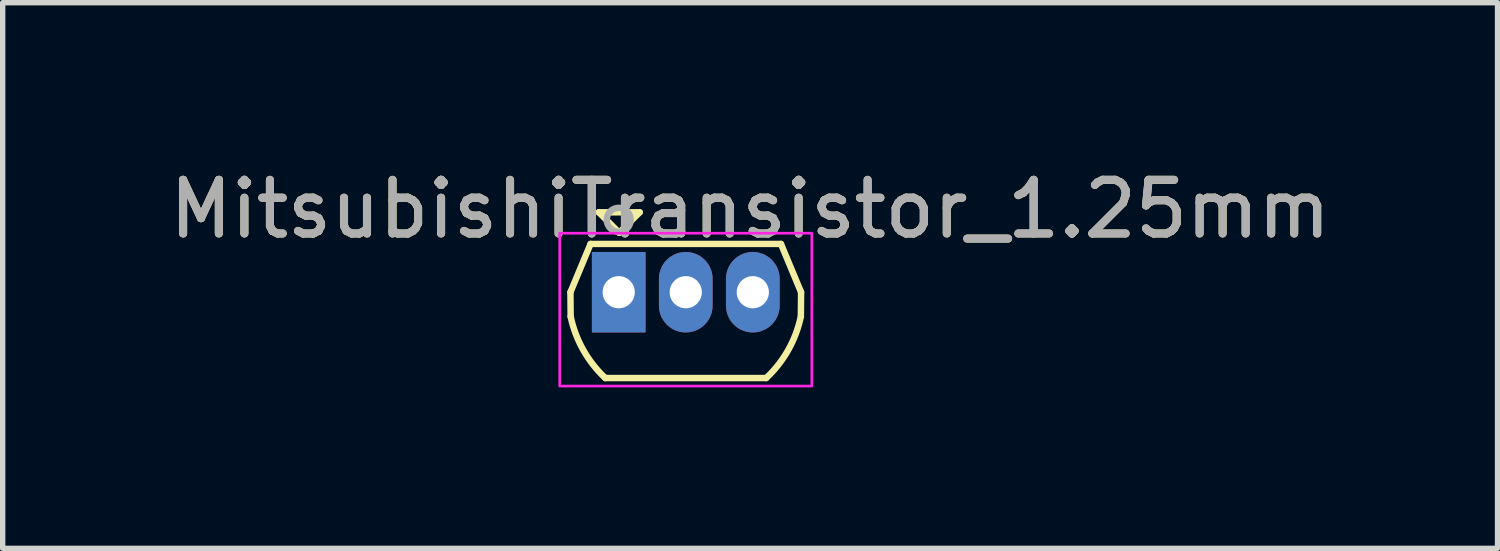
<source format=kicad_pcb>
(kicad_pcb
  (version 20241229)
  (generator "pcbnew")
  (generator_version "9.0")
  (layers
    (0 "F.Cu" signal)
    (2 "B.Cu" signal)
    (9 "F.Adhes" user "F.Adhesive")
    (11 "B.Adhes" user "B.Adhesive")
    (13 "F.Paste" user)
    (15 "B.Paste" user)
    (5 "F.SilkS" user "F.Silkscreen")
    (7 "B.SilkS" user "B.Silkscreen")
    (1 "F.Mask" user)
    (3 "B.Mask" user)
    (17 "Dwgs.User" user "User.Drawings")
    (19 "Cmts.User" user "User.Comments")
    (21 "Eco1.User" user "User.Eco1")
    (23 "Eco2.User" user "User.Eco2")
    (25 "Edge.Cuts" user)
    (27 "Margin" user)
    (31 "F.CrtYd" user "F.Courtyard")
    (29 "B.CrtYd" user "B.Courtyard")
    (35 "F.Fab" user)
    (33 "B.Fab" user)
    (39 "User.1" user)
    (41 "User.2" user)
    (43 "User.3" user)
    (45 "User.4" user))
  (footprint "MitsubishiTransistor_1.25mm"
    (layer "F.Cu")
    (at 8.485 2.398)
    (property "Reference" "MitsubishiTransistor_1.25mm" (at 2.45 -1.55 0) (layer "F.SilkS") (effects (font (size 1 1) (thickness 0.15))))
    (attr through_hole)
    (fp_line (start -0.9 0) (end -0.896 0.452) (stroke (width 0.12) (type solid)) (layer "F.SilkS"))
    (fp_line (start -0.525 -0.9) (end -0.9 0) (stroke (width 0.12) (type solid)) (layer "F.SilkS"))
    (fp_line (start -0.371 -1.49) (end 0.009 -1.109) (stroke (width 0.12) (type solid)) (layer "F.SilkS"))
    (fp_line (start -0.25 1.6) (end 2.75 1.6) (stroke (width 0.12) (type solid)) (layer "F.SilkS"))
    (fp_line (start 0.009 -1.109) (end 0.391 -1.49) (stroke (width 0.12) (type solid)) (layer "F.SilkS"))
    (fp_line (start 0.391 -1.49) (end -0.371 -1.49) (stroke (width 0.12) (type solid)) (layer "F.SilkS"))
    (fp_line (start 3.025 -0.9) (end -0.525 -0.9) (stroke (width 0.12) (type solid)) (layer "F.SilkS"))
    (fp_line (start 3.025 -0.9) (end 3.4 0) (stroke (width 0.12) (type solid)) (layer "F.SilkS"))
    (fp_line (start 3.4 0) (end 3.396 0.452) (stroke (width 0.12) (type solid)) (layer "F.SilkS"))
    (fp_arc (start -0.25 1.6) (mid -0.661425 1.075632) (end -0.896127 0.451816) (stroke (width 0.12) (type solid)) (layer "F.SilkS"))
    (fp_arc (start 3.396127 0.451816) (mid 3.161425 1.075632) (end 2.75 1.6) (stroke (width 0.12) (type solid)) (layer "F.SilkS"))
    (fp_rect (start -1.1 -1.1) (end 3.6 1.75) (stroke (width 0.05) (type solid)) (fill no) (layer "F.CrtYd"))
    (fp_circle (center 0 -1.35) (end 0.2 -1.25) (stroke (width 0.12) (type solid)) (fill no) (layer "F.Fab"))
    (fp_text user "${REFERENCE}" (at 2.45 -1.55 0) (layer "F.Fab") (effects (font (size 1 1) (thickness 0.15))))
    (pad "1" thru_hole rect (at 0 0 180) (size 1 1.5) (drill 0.6) (layers "*.Cu" "*.Mask"))
    (pad "2" thru_hole oval (at 1.25 0 180) (size 1 1.5) (drill 0.6) (layers "*.Cu" "*.Mask"))
    (pad "3" thru_hole oval (at 2.5 0 180) (size 1 1.5) (drill 0.6) (layers "*.Cu" "*.Mask")))
  (gr_rect
    (start -3 -3)
    (end 24.869 7.173)
    (stroke (width 0.1) (type default))
    (fill no)
    (layer "Edge.Cuts")))
</source>
